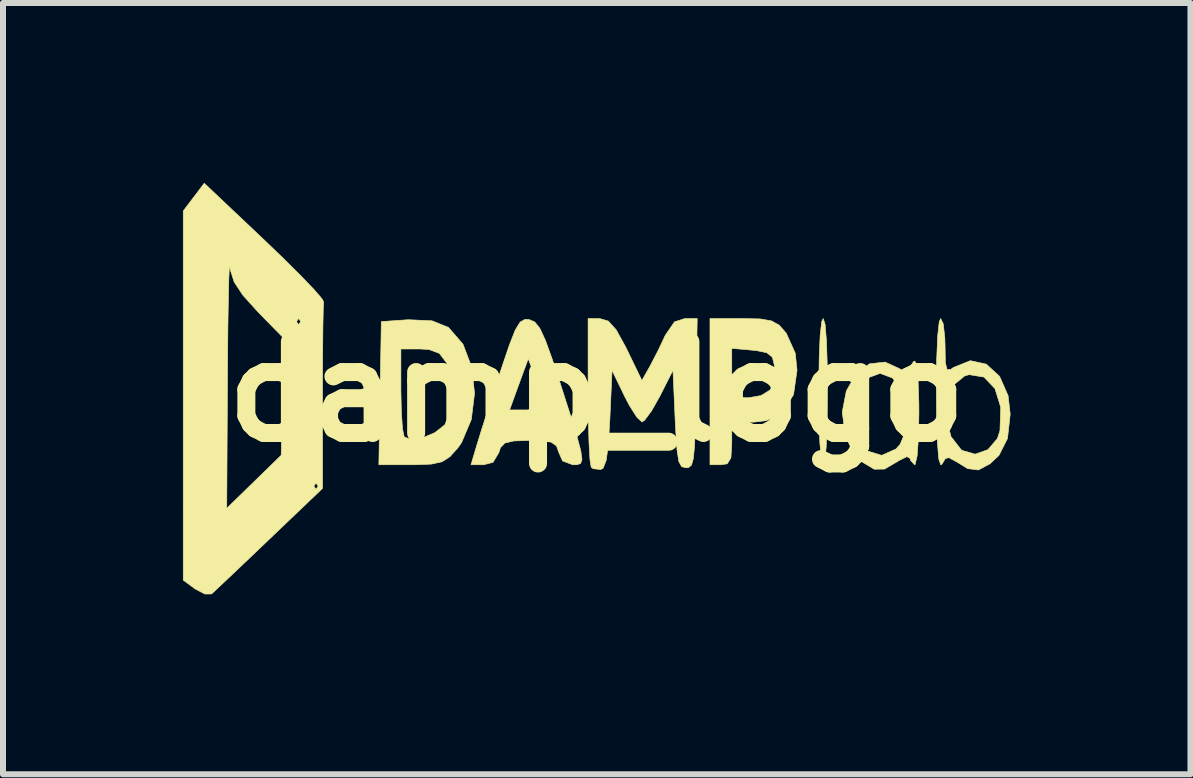
<source format=kicad_pcb>
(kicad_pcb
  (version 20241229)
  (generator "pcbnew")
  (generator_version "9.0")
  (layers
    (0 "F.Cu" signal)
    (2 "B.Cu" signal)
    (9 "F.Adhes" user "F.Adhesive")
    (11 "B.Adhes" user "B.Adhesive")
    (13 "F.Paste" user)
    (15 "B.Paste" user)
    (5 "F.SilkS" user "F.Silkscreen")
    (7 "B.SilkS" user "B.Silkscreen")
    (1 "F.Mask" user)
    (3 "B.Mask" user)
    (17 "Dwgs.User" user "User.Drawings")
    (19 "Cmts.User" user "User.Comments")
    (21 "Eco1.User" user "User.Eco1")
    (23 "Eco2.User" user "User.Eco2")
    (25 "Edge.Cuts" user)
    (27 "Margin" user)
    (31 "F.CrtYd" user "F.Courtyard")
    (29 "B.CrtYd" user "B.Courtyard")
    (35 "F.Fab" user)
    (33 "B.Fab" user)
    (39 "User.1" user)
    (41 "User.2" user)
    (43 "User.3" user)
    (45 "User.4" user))
  (footprint "damp_logo"
    (layer "F.Cu")
    (at 6.899 3.479)
    (property "Reference" "damp_logo" (at 0 0 0) (layer "F.SilkS") (effects (font (size 1.524 1.524) (thickness 0.3))))
    (attr through_hole)
    (fp_poly (pts (xy 3.806 -1.122) (xy 3.829 -0.844) (xy 3.843 -0.41) (xy 3.846 0) (xy 3.84 0.535) (xy 3.824 0.931) (xy 3.798 1.165) (xy 3.774 1.219) (xy 3.742 1.122) (xy 3.718 0.844) (xy 3.704 0.41) (xy 3.701 0) (xy 3.707 -0.535) (xy 3.723 -0.931) (xy 3.749 -1.165) (xy 3.774 -1.219) (xy 3.806 -1.122)) (stroke (width 0.01) (type solid)) (fill yes) (layer "F.SilkS"))
    (fp_poly (pts (xy 2.726 -1.212) (xy 2.914 -1.179) (xy 3.042 -1.107) (xy 3.152 -0.982) (xy 3.16 -0.97) (xy 3.309 -0.64) (xy 3.338 -0.356) (xy 3.28 0.049) (xy 3.108 0.332) (xy 2.829 0.483) (xy 2.616 0.508) (xy 2.25 0.508) (xy 2.25 0.864) (xy 2.236 1.104) (xy 2.175 1.203) (xy 2.068 1.219) (xy 1.887 1.219) (xy 1.887 -0.31) (xy 2.25 -0.31) (xy 2.257 -0.048) (xy 2.304 0.07) (xy 2.431 0.1) (xy 2.531 0.102) (xy 2.739 0.065) (xy 2.885 -0.025) (xy 2.9 -0.045) (xy 2.96 -0.259) (xy 2.963 -0.426) (xy 2.928 -0.572) (xy 2.835 -0.649) (xy 2.644 -0.687) (xy 2.594 -0.691) (xy 2.25 -0.722) (xy 2.25 -0.31) (xy 1.887 -0.31) (xy 1.887 -1.219) (xy 2.434 -1.219) (xy 2.726 -1.212)) (stroke (width 0.01) (type solid)) (fill yes) (layer "F.SilkS"))
    (fp_poly (pts (xy -2.746 -1.181) (xy -2.472 -1.07) (xy -2.231 -0.792) (xy -2.085 -0.408) (xy -2.038 0.029) (xy -2.092 0.465) (xy -2.254 0.849) (xy -2.316 0.937) (xy -2.448 1.084) (xy -2.58 1.169) (xy -2.758 1.208) (xy -3.028 1.219) (xy -3.088 1.219) (xy -3.633 1.219) (xy -3.613 0.025) (xy -3.6 -0.711) (xy -3.266 -0.711) (xy -3.266 -0.017) (xy -3.258 0.343) (xy -3.239 0.62) (xy -3.211 0.754) (xy -3.211 0.754) (xy -3.094 0.799) (xy -2.904 0.77) (xy -2.701 0.684) (xy -2.54 0.559) (xy -2.531 0.547) (xy -2.423 0.288) (xy -2.402 -0.053) (xy -2.468 -0.392) (xy -2.508 -0.485) (xy -2.624 -0.638) (xy -2.799 -0.703) (xy -2.943 -0.711) (xy -3.266 -0.711) (xy -3.6 -0.711) (xy -3.592 -1.168) (xy -3.142 -1.199) (xy -2.746 -1.181)) (stroke (width 0.01) (type solid)) (fill yes) (layer "F.SilkS"))
    (fp_poly (pts (xy 1.653 0.025) (xy 1.643 0.547) (xy 1.63 0.898) (xy 1.61 1.113) (xy 1.579 1.224) (xy 1.531 1.265) (xy 1.488 1.27) (xy 1.414 1.25) (xy 1.367 1.163) (xy 1.337 0.968) (xy 1.314 0.625) (xy 1.306 0.457) (xy 1.27 -0.356) (xy 1.052 0.074) (xy 0.914 0.319) (xy 0.798 0.475) (xy 0.754 0.506) (xy 0.67 0.429) (xy 0.544 0.232) (xy 0.463 0.076) (xy 0.254 -0.356) (xy 0.218 0.456) (xy 0.192 0.886) (xy 0.157 1.146) (xy 0.107 1.273) (xy 0.069 1.298) (xy -0.06 1.285) (xy -0.094 1.257) (xy -0.114 1.133) (xy -0.13 0.848) (xy -0.141 0.446) (xy -0.145 -0.017) (xy -0.145 -1.219) (xy 0.054 -1.217) (xy 0.192 -1.176) (xy 0.323 -1.031) (xy 0.48 -0.747) (xy 0.503 -0.7) (xy 0.752 -0.186) (xy 0.886 -0.423) (xy 1.026 -0.693) (xy 1.142 -0.94) (xy 1.296 -1.164) (xy 1.469 -1.219) (xy 1.674 -1.219) (xy 1.653 0.025)) (stroke (width 0.01) (type solid)) (fill yes) (layer "F.SilkS"))
    (fp_poly (pts (xy 5.334 -0.414) (xy 5.357 -0.164) (xy 5.369 0.196) (xy 5.37 0.356) (xy 5.362 0.776) (xy 5.34 1.074) (xy 5.307 1.213) (xy 5.298 1.219) (xy 5.228 1.142) (xy 5.225 1.115) (xy 5.17 1.083) (xy 5.031 1.152) (xy 5.011 1.166) (xy 4.797 1.291) (xy 4.624 1.293) (xy 4.42 1.17) (xy 4.419 1.168) (xy 4.251 0.966) (xy 4.142 0.731) (xy 4.098 0.383) (xy 4.292 0.383) (xy 4.295 0.47) (xy 4.341 0.772) (xy 4.452 0.948) (xy 4.499 0.986) (xy 4.75 1.062) (xy 4.987 0.956) (xy 5.057 0.878) (xy 5.173 0.601) (xy 5.18 0.286) (xy 5.094 -0.01) (xy 4.932 -0.226) (xy 4.723 -0.305) (xy 4.49 -0.22) (xy 4.342 0.017) (xy 4.292 0.383) (xy 4.098 0.383) (xy 4.092 0.34) (xy 4.16 -0.012) (xy 4.32 -0.291) (xy 4.544 -0.463) (xy 4.806 -0.493) (xy 5.027 -0.392) (xy 5.155 -0.326) (xy 5.21 -0.392) (xy 5.281 -0.502) (xy 5.304 -0.508) (xy 5.334 -0.414)) (stroke (width 0.01) (type solid)) (fill yes) (layer "F.SilkS"))
    (fp_poly (pts (xy -1.126 -1.201) (xy -1.034 -1.161) (xy -0.949 -1.055) (xy -0.854 -0.85) (xy -0.733 -0.513) (xy -0.615 -0.154) (xy -0.445 0.376) (xy -0.33 0.749) (xy -0.266 0.991) (xy -0.247 1.132) (xy -0.27 1.198) (xy -0.331 1.218) (xy -0.401 1.219) (xy -0.571 1.155) (xy -0.632 1.016) (xy -0.672 0.904) (xy -0.761 0.842) (xy -0.936 0.817) (xy -1.128 0.813) (xy -1.385 0.822) (xy -1.532 0.857) (xy -1.606 0.934) (xy -1.633 1.016) (xy -1.73 1.179) (xy -1.888 1.219) (xy -2.097 1.219) (xy -1.988 0.852) (xy -1.907 0.592) (xy -1.815 0.305) (xy -1.454 0.305) (xy -1.163 0.305) (xy -0.981 0.288) (xy -0.881 0.246) (xy -0.874 0.229) (xy -0.907 0.097) (xy -0.986 -0.134) (xy -1.01 -0.198) (xy -1.143 -0.548) (xy -1.299 -0.122) (xy -1.454 0.305) (xy -1.815 0.305) (xy -1.786 0.214) (xy -1.647 -0.214) (xy -1.594 -0.374) (xy -1.457 -0.779) (xy -1.358 -1.03) (xy -1.278 -1.16) (xy -1.197 -1.205) (xy -1.126 -1.201)) (stroke (width 0.01) (type solid)) (fill yes) (layer "F.SilkS"))
    (fp_poly (pts (xy 5.776 -1.128) (xy 5.802 -0.898) (xy 5.806 -0.758) (xy 5.811 -0.481) (xy 5.839 -0.366) (xy 5.904 -0.373) (xy 5.946 -0.403) (xy 6.227 -0.516) (xy 6.494 -0.458) (xy 6.715 -0.254) (xy 6.857 0.068) (xy 6.892 0.376) (xy 6.847 0.78) (xy 6.704 1.063) (xy 6.554 1.203) (xy 6.362 1.306) (xy 6.182 1.283) (xy 6.005 1.174) (xy 5.869 1.1) (xy 5.806 1.118) (xy 5.806 1.124) (xy 5.75 1.216) (xy 5.733 1.219) (xy 5.701 1.122) (xy 5.678 0.844) (xy 5.665 0.457) (xy 5.829 0.457) (xy 5.905 0.75) (xy 6.075 0.969) (xy 6.088 0.979) (xy 6.307 1.042) (xy 6.521 0.967) (xy 6.679 0.781) (xy 6.721 0.65) (xy 6.734 0.26) (xy 6.638 -0.05) (xy 6.455 -0.243) (xy 6.209 -0.283) (xy 6.135 -0.264) (xy 5.946 -0.11) (xy 5.843 0.15) (xy 5.829 0.457) (xy 5.665 0.457) (xy 5.664 0.41) (xy 5.661 0) (xy 5.666 -0.535) (xy 5.683 -0.931) (xy 5.709 -1.165) (xy 5.733 -1.219) (xy 5.776 -1.128)) (stroke (width 0.01) (type solid)) (fill yes) (layer "F.SilkS"))
    (fp_poly (pts (xy -5.54 -2.524) (xy -5.208 -2.205) (xy -4.925 -1.923) (xy -4.709 -1.697) (xy -4.581 -1.548) (xy -4.554 -1.499) (xy -4.56 -1.375) (xy -4.566 -1.086) (xy -4.57 -0.669) (xy -4.572 -0.161) (xy -4.572 0.095) (xy -4.572 1.612) (xy -5.461 2.461) (xy -5.779 2.765) (xy -6.057 3.029) (xy -6.272 3.232) (xy -6.4 3.352) (xy -6.423 3.373) (xy -6.533 3.374) (xy -6.694 3.29) (xy -6.695 3.289) (xy -6.894 3.143) (xy -6.894 1.945) (xy -6.169 1.945) (xy -5.789 1.575) (xy -4.717 1.575) (xy -4.681 1.626) (xy -4.645 1.575) (xy -4.681 1.524) (xy -4.717 1.575) (xy -5.789 1.575) (xy -5.715 1.503) (xy -5.261 1.06) (xy -5.241 0.084) (xy -5.22 -0.892) (xy -5.491 -1.168) (xy -5.007 -1.168) (xy -4.971 -1.118) (xy -4.935 -1.168) (xy -4.971 -1.219) (xy -5.007 -1.168) (xy -5.491 -1.168) (xy -5.654 -1.335) (xy -5.901 -1.609) (xy -6.045 -1.828) (xy -6.11 -2.032) (xy -6.116 -2.083) (xy -6.125 -2.078) (xy -6.134 -1.893) (xy -6.142 -1.554) (xy -6.15 -1.084) (xy -6.155 -0.508) (xy -6.157 -0.221) (xy -6.169 1.945) (xy -6.894 1.945) (xy -6.894 -3.013) (xy -6.719 -3.243) (xy -6.544 -3.474) (xy -5.54 -2.524)) (stroke (width 0.01) (type solid)) (fill yes) (layer "F.SilkS")))
  (gr_rect
    (start -3 -3)
    (end 16.796 9.858)
    (stroke (width 0.1) (type default))
    (fill no)
    (layer "Edge.Cuts")))
</source>
